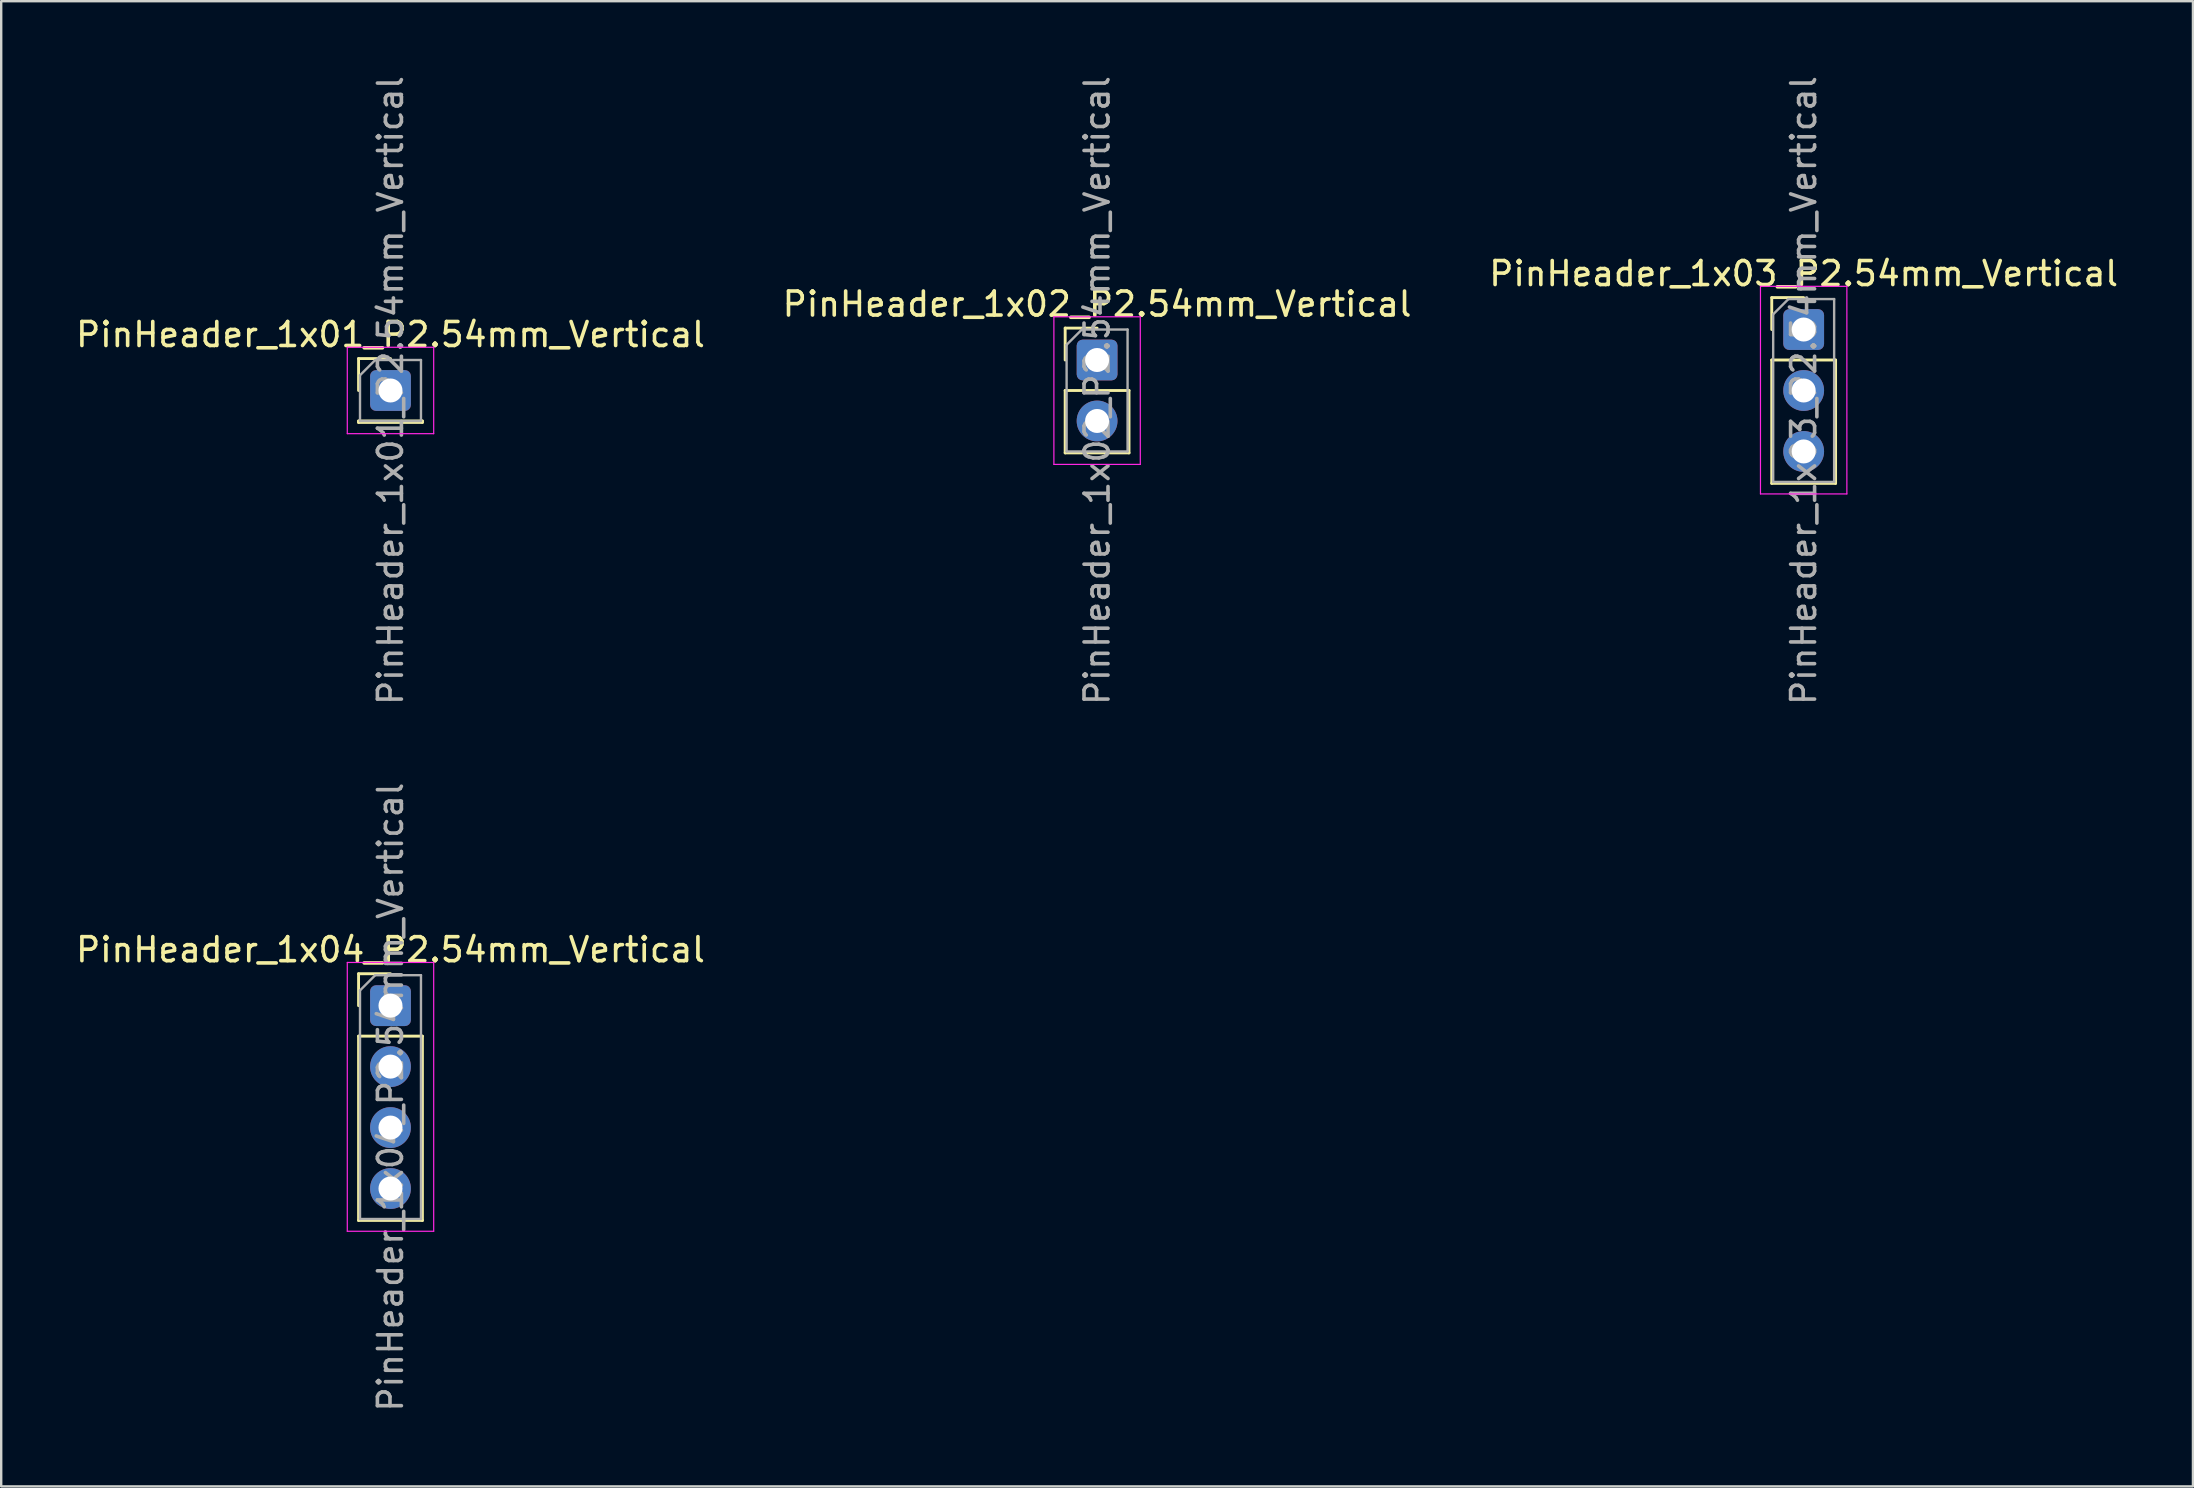
<source format=kicad_pcb>
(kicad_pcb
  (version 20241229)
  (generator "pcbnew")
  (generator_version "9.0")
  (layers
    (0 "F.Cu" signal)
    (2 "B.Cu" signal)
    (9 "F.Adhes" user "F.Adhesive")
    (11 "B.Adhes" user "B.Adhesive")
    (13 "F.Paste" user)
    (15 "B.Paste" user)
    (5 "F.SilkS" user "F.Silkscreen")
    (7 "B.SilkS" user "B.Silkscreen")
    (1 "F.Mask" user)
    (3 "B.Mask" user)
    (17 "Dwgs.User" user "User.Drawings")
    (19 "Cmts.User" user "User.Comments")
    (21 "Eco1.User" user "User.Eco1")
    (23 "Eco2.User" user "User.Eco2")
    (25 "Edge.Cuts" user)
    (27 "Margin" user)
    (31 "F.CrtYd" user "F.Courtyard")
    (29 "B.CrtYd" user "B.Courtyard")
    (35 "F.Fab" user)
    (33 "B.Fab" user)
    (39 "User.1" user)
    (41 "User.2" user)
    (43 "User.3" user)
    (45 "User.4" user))
  (footprint "PinHeader_1x03_P2.54mm_Vertical"
    (layer "F.Cu")
    (at 72.101 10.68)
    (property "Reference" "PinHeader_1x03_P2.54mm_Vertical" (at 0 -2.33 0) (layer "F.SilkS") (effects (font (size 1 1) (thickness 0.15))))
    (attr through_hole)
    (fp_line (start -1.33 -1.33) (end 0 -1.33) (stroke (width 0.12) (type solid)) (layer "F.SilkS"))
    (fp_line (start -1.33 0) (end -1.33 -1.33) (stroke (width 0.12) (type solid)) (layer "F.SilkS"))
    (fp_line (start -1.33 1.27) (end -1.33 6.41) (stroke (width 0.12) (type solid)) (layer "F.SilkS"))
    (fp_line (start -1.33 1.27) (end 1.33 1.27) (stroke (width 0.12) (type solid)) (layer "F.SilkS"))
    (fp_line (start -1.33 6.41) (end 1.33 6.41) (stroke (width 0.12) (type solid)) (layer "F.SilkS"))
    (fp_line (start 1.33 1.27) (end 1.33 6.41) (stroke (width 0.12) (type solid)) (layer "F.SilkS"))
    (fp_line (start -1.8 -1.8) (end -1.8 6.85) (stroke (width 0.05) (type solid)) (layer "F.CrtYd"))
    (fp_line (start -1.8 6.85) (end 1.8 6.85) (stroke (width 0.05) (type solid)) (layer "F.CrtYd"))
    (fp_line (start 1.8 -1.8) (end -1.8 -1.8) (stroke (width 0.05) (type solid)) (layer "F.CrtYd"))
    (fp_line (start 1.8 6.85) (end 1.8 -1.8) (stroke (width 0.05) (type solid)) (layer "F.CrtYd"))
    (fp_line (start -1.27 -0.635) (end -0.635 -1.27) (stroke (width 0.1) (type solid)) (layer "F.Fab"))
    (fp_line (start -1.27 6.35) (end -1.27 -0.635) (stroke (width 0.1) (type solid)) (layer "F.Fab"))
    (fp_line (start -0.635 -1.27) (end 1.27 -1.27) (stroke (width 0.1) (type solid)) (layer "F.Fab"))
    (fp_line (start 1.27 -1.27) (end 1.27 6.35) (stroke (width 0.1) (type solid)) (layer "F.Fab"))
    (fp_line (start 1.27 6.35) (end -1.27 6.35) (stroke (width 0.1) (type solid)) (layer "F.Fab"))
    (fp_text user "${REFERENCE}" (at 0 2.54 90) (layer "F.Fab") (effects (font (size 1 1) (thickness 0.15))))
    (pad "1" thru_hole roundrect (at 0 0) (size 1.7 1.7) (drill 1) (layers "*.Cu" "*.Mask") (roundrect_rratio 0.147))
    (pad "2" thru_hole oval (at 0 2.54) (size 1.7 1.7) (drill 1) (layers "*.Cu" "*.Mask"))
    (pad "3" thru_hole oval (at 0 5.08) (size 1.7 1.7) (drill 1) (layers "*.Cu" "*.Mask")))
  (footprint "PinHeader_1x04_P2.54mm_Vertical"
    (layer "F.Cu")
    (at 13.22 38.851)
    (property "Reference" "PinHeader_1x04_P2.54mm_Vertical" (at 0 -2.33 0) (layer "F.SilkS") (effects (font (size 1 1) (thickness 0.15))))
    (attr through_hole)
    (fp_line (start -1.33 -1.33) (end 0 -1.33) (stroke (width 0.12) (type solid)) (layer "F.SilkS"))
    (fp_line (start -1.33 0) (end -1.33 -1.33) (stroke (width 0.12) (type solid)) (layer "F.SilkS"))
    (fp_line (start -1.33 1.27) (end -1.33 8.95) (stroke (width 0.12) (type solid)) (layer "F.SilkS"))
    (fp_line (start -1.33 1.27) (end 1.33 1.27) (stroke (width 0.12) (type solid)) (layer "F.SilkS"))
    (fp_line (start -1.33 8.95) (end 1.33 8.95) (stroke (width 0.12) (type solid)) (layer "F.SilkS"))
    (fp_line (start 1.33 1.27) (end 1.33 8.95) (stroke (width 0.12) (type solid)) (layer "F.SilkS"))
    (fp_line (start -1.8 -1.8) (end -1.8 9.4) (stroke (width 0.05) (type solid)) (layer "F.CrtYd"))
    (fp_line (start -1.8 9.4) (end 1.8 9.4) (stroke (width 0.05) (type solid)) (layer "F.CrtYd"))
    (fp_line (start 1.8 -1.8) (end -1.8 -1.8) (stroke (width 0.05) (type solid)) (layer "F.CrtYd"))
    (fp_line (start 1.8 9.4) (end 1.8 -1.8) (stroke (width 0.05) (type solid)) (layer "F.CrtYd"))
    (fp_line (start -1.27 -0.635) (end -0.635 -1.27) (stroke (width 0.1) (type solid)) (layer "F.Fab"))
    (fp_line (start -1.27 8.89) (end -1.27 -0.635) (stroke (width 0.1) (type solid)) (layer "F.Fab"))
    (fp_line (start -0.635 -1.27) (end 1.27 -1.27) (stroke (width 0.1) (type solid)) (layer "F.Fab"))
    (fp_line (start 1.27 -1.27) (end 1.27 8.89) (stroke (width 0.1) (type solid)) (layer "F.Fab"))
    (fp_line (start 1.27 8.89) (end -1.27 8.89) (stroke (width 0.1) (type solid)) (layer "F.Fab"))
    (fp_text user "${REFERENCE}" (at 0 3.81 90) (layer "F.Fab") (effects (font (size 1 1) (thickness 0.15))))
    (pad "1" thru_hole roundrect (at 0 0) (size 1.7 1.7) (drill 1) (layers "*.Cu" "*.Mask") (roundrect_rratio 0.147))
    (pad "2" thru_hole oval (at 0 2.54) (size 1.7 1.7) (drill 1) (layers "*.Cu" "*.Mask"))
    (pad "3" thru_hole oval (at 0 5.08) (size 1.7 1.7) (drill 1) (layers "*.Cu" "*.Mask"))
    (pad "4" thru_hole oval (at 0 7.62) (size 1.7 1.7) (drill 1) (layers "*.Cu" "*.Mask")))
  (footprint "PinHeader_1x02_P2.54mm_Vertical"
    (layer "F.Cu")
    (at 42.661 11.95)
    (property "Reference" "PinHeader_1x02_P2.54mm_Vertical" (at 0 -2.33 0) (layer "F.SilkS") (effects (font (size 1 1) (thickness 0.15))))
    (attr through_hole)
    (fp_line (start -1.33 -1.33) (end 0 -1.33) (stroke (width 0.12) (type solid)) (layer "F.SilkS"))
    (fp_line (start -1.33 0) (end -1.33 -1.33) (stroke (width 0.12) (type solid)) (layer "F.SilkS"))
    (fp_line (start -1.33 1.27) (end -1.33 3.87) (stroke (width 0.12) (type solid)) (layer "F.SilkS"))
    (fp_line (start -1.33 1.27) (end 1.33 1.27) (stroke (width 0.12) (type solid)) (layer "F.SilkS"))
    (fp_line (start -1.33 3.87) (end 1.33 3.87) (stroke (width 0.12) (type solid)) (layer "F.SilkS"))
    (fp_line (start 1.33 1.27) (end 1.33 3.87) (stroke (width 0.12) (type solid)) (layer "F.SilkS"))
    (fp_line (start -1.8 -1.8) (end -1.8 4.35) (stroke (width 0.05) (type solid)) (layer "F.CrtYd"))
    (fp_line (start -1.8 4.35) (end 1.8 4.35) (stroke (width 0.05) (type solid)) (layer "F.CrtYd"))
    (fp_line (start 1.8 -1.8) (end -1.8 -1.8) (stroke (width 0.05) (type solid)) (layer "F.CrtYd"))
    (fp_line (start 1.8 4.35) (end 1.8 -1.8) (stroke (width 0.05) (type solid)) (layer "F.CrtYd"))
    (fp_line (start -1.27 -0.635) (end -0.635 -1.27) (stroke (width 0.1) (type solid)) (layer "F.Fab"))
    (fp_line (start -1.27 3.81) (end -1.27 -0.635) (stroke (width 0.1) (type solid)) (layer "F.Fab"))
    (fp_line (start -0.635 -1.27) (end 1.27 -1.27) (stroke (width 0.1) (type solid)) (layer "F.Fab"))
    (fp_line (start 1.27 -1.27) (end 1.27 3.81) (stroke (width 0.1) (type solid)) (layer "F.Fab"))
    (fp_line (start 1.27 3.81) (end -1.27 3.81) (stroke (width 0.1) (type solid)) (layer "F.Fab"))
    (fp_text user "${REFERENCE}" (at 0 1.27 90) (layer "F.Fab") (effects (font (size 1 1) (thickness 0.15))))
    (pad "1" thru_hole roundrect (at 0 0) (size 1.7 1.7) (drill 1) (layers "*.Cu" "*.Mask") (roundrect_rratio 0.147))
    (pad "2" thru_hole oval (at 0 2.54) (size 1.7 1.7) (drill 1) (layers "*.Cu" "*.Mask")))
  (footprint "PinHeader_1x01_P2.54mm_Vertical"
    (layer "F.Cu")
    (at 13.22 13.22)
    (property "Reference" "PinHeader_1x01_P2.54mm_Vertical" (at 0 -2.33 0) (layer "F.SilkS") (effects (font (size 1 1) (thickness 0.15))))
    (attr through_hole)
    (fp_line (start -1.33 -1.33) (end 0 -1.33) (stroke (width 0.12) (type solid)) (layer "F.SilkS"))
    (fp_line (start -1.33 0) (end -1.33 -1.33) (stroke (width 0.12) (type solid)) (layer "F.SilkS"))
    (fp_line (start -1.33 1.27) (end -1.33 1.33) (stroke (width 0.12) (type solid)) (layer "F.SilkS"))
    (fp_line (start -1.33 1.27) (end 1.33 1.27) (stroke (width 0.12) (type solid)) (layer "F.SilkS"))
    (fp_line (start -1.33 1.33) (end 1.33 1.33) (stroke (width 0.12) (type solid)) (layer "F.SilkS"))
    (fp_line (start 1.33 1.27) (end 1.33 1.33) (stroke (width 0.12) (type solid)) (layer "F.SilkS"))
    (fp_line (start -1.8 -1.8) (end -1.8 1.8) (stroke (width 0.05) (type solid)) (layer "F.CrtYd"))
    (fp_line (start -1.8 1.8) (end 1.8 1.8) (stroke (width 0.05) (type solid)) (layer "F.CrtYd"))
    (fp_line (start 1.8 -1.8) (end -1.8 -1.8) (stroke (width 0.05) (type solid)) (layer "F.CrtYd"))
    (fp_line (start 1.8 1.8) (end 1.8 -1.8) (stroke (width 0.05) (type solid)) (layer "F.CrtYd"))
    (fp_line (start -1.27 -0.635) (end -0.635 -1.27) (stroke (width 0.1) (type solid)) (layer "F.Fab"))
    (fp_line (start -1.27 1.27) (end -1.27 -0.635) (stroke (width 0.1) (type solid)) (layer "F.Fab"))
    (fp_line (start -0.635 -1.27) (end 1.27 -1.27) (stroke (width 0.1) (type solid)) (layer "F.Fab"))
    (fp_line (start 1.27 -1.27) (end 1.27 1.27) (stroke (width 0.1) (type solid)) (layer "F.Fab"))
    (fp_line (start 1.27 1.27) (end -1.27 1.27) (stroke (width 0.1) (type solid)) (layer "F.Fab"))
    (fp_text user "${REFERENCE}" (at 0 0 90) (layer "F.Fab") (effects (font (size 1 1) (thickness 0.15))))
    (pad "1" thru_hole roundrect (at 0 0) (size 1.7 1.7) (drill 1) (layers "*.Cu" "*.Mask") (roundrect_rratio 0.147)))
  (gr_rect
    (start -3 -3)
    (end 88.321 58.881)
    (stroke (width 0.1) (type default))
    (fill no)
    (layer "Edge.Cuts")))
</source>
